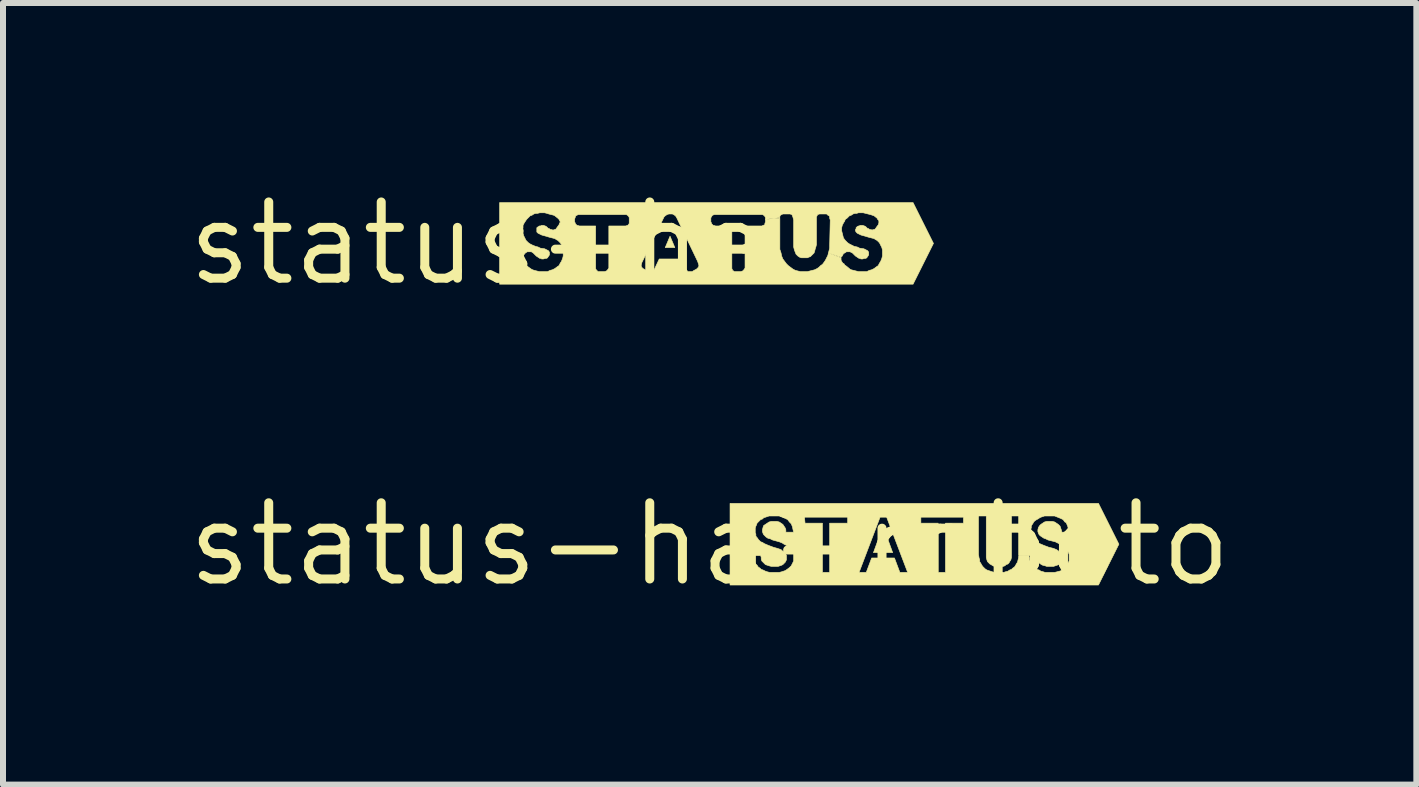
<source format=kicad_pcb>
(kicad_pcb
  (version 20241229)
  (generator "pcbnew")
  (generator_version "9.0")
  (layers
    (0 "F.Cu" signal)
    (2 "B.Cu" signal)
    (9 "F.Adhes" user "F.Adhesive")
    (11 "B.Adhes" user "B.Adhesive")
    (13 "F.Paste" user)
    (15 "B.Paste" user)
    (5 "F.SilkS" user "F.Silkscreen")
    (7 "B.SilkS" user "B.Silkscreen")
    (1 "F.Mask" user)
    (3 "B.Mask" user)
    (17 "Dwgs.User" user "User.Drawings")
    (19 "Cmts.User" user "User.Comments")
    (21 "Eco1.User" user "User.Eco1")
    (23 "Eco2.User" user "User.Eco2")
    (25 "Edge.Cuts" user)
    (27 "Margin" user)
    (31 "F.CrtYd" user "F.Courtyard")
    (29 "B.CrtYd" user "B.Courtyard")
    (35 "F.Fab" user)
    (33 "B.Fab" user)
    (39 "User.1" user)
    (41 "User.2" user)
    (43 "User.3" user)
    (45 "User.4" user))
  (footprint "status-ha-roboto"
    (layer "F.Cu")
    (at 8.776 6.019)
    (property "Reference" "status-ha-roboto" (at 0 0 0) (layer "F.SilkS") (effects (font (size 1.27 1.27) (thickness 0.15))))
    (attr board_only exclude_from_pos_files exclude_from_bom)
    (fp_poly (pts (xy 2.73 0.14) (xy 3.05 0.14) (xy 2.89 -0.3) (xy 2.73 0.14)) (stroke (width 0.01) (type solid)) (fill yes) (layer "F.SilkS"))
    (fp_poly (pts (xy 0.68 -0.68) (xy 0.34 -0.68) (xy 0.34 0.68) (xy 6.48 0.68) (xy 6.82 0) (xy 6.48 -0.68) (xy 0.68 -0.68) (xy 0.85 -0.41) (xy 0.88 -0.42) (xy 0.9 -0.44) (xy 0.93 -0.45) (xy 0.96 -0.46) (xy 0.99 -0.47) (xy 1.02 -0.47) (xy 1.06 -0.47) (xy 1.09 -0.47) (xy 1.13 -0.47) (xy 1.16 -0.47) (xy 1.21 -0.45) (xy 1.26 -0.43) (xy 1.3 -0.41) (xy 1.33 -0.37) (xy 1.34 -0.36) (xy 1.36 -0.34) (xy 1.38 -0.29) (xy 1.59 -0.35) (xy 1.58 -0.45) (xy 2.3 -0.45) (xy 2.3 -0.35) (xy 2 -0.35) (xy 2 0.47) (xy 2.49 0.47) (xy 2.84 -0.45) (xy 2.95 -0.45) (xy 3.3 0.47) (xy 3.81 0.47) (xy 3.81 -0.35) (xy 3.52 -0.35) (xy 3.52 -0.45) (xy 4.23 -0.45) (xy 4.49 -0.47) (xy 4.61 -0.47) (xy 4.61 0.17) (xy 4.61 0.22) (xy 4.62 0.26) (xy 4.63 0.29) (xy 4.65 0.31) (xy 4.67 0.33) (xy 4.69 0.34) (xy 4.72 0.36) (xy 4.75 0.37) (xy 4.78 0.37) (xy 4.82 0.37) (xy 4.85 0.37) (xy 4.89 0.37) (xy 4.92 0.36) (xy 4.94 0.34) (xy 4.97 0.33) (xy 4.99 0.31) (xy 5 0.29) (xy 5.02 0.26) (xy 5.03 0.22) (xy 5.03 0.17) (xy 5.03 -0.47) (xy 5.15 -0.47) (xy 5.15 0.18) (xy 5.33 0.19) (xy 5.45 0.19) (xy 5.45 0.22) (xy 5.45 0.25) (xy 5.47 0.28) (xy 5.48 0.3) (xy 5.5 0.32) (xy 5.53 0.34) (xy 5.55 0.35) (xy 5.59 0.36) (xy 5.62 0.37) (xy 5.66 0.37) (xy 5.7 0.37) (xy 5.73 0.37) (xy 5.76 0.36) (xy 5.79 0.35) (xy 5.82 0.34) (xy 5.84 0.32) (xy 5.85 0.3) (xy 5.86 0.28) (xy 5.87 0.26) (xy 5.87 0.24) (xy 5.87 0.21) (xy 5.87 0.19) (xy 5.86 0.16) (xy 5.85 0.14) (xy 5.84 0.13) (xy 5.82 0.12) (xy 5.81 0.11) (xy 5.78 0.09) (xy 5.73 0.07) (xy 5.65 0.05) (xy 5.57 0.02) (xy 5.5 -0.01) (xy 5.47 -0.03) (xy 5.45 -0.04) (xy 5.42 -0.06) (xy 5.41 -0.08) (xy 5.39 -0.1) (xy 5.38 -0.12) (xy 5.37 -0.14) (xy 5.36 -0.17) (xy 5.35 -0.19) (xy 5.35 -0.22) (xy 5.35 -0.25) (xy 5.36 -0.27) (xy 5.36 -0.3) (xy 5.37 -0.32) (xy 5.39 -0.35) (xy 5.4 -0.37) (xy 5.42 -0.39) (xy 5.45 -0.41) (xy 5.47 -0.42) (xy 5.5 -0.44) (xy 5.52 -0.45) (xy 5.55 -0.46) (xy 5.58 -0.47) (xy 5.62 -0.47) (xy 5.65 -0.47) (xy 5.69 -0.47) (xy 5.72 -0.47) (xy 5.75 -0.47) (xy 5.8 -0.45) (xy 5.85 -0.43) (xy 5.89 -0.41) (xy 5.92 -0.37) (xy 5.94 -0.36) (xy 5.95 -0.34) (xy 5.97 -0.29) (xy 5.98 -0.24) (xy 5.99 -0.2) (xy 5.87 -0.2) (xy 5.86 -0.24) (xy 5.85 -0.27) (xy 5.84 -0.3) (xy 5.81 -0.33) (xy 5.78 -0.35) (xy 5.75 -0.37) (xy 5.71 -0.38) (xy 5.67 -0.38) (xy 5.62 -0.38) (xy 5.58 -0.37) (xy 5.55 -0.35) (xy 5.52 -0.33) (xy 5.5 -0.31) (xy 5.48 -0.28) (xy 5.47 -0.24) (xy 5.47 -0.22) (xy 5.47 -0.21) (xy 5.48 -0.18) (xy 5.49 -0.16) (xy 5.51 -0.14) (xy 5.54 -0.12) (xy 5.57 -0.1) (xy 5.6 -0.09) (xy 5.64 -0.07) (xy 5.76 -0.04) (xy 5.8 -0.02) (xy 5.84 0) (xy 5.88 0.02) (xy 5.91 0.05) (xy 5.94 0.08) (xy 5.96 0.11) (xy 5.97 0.12) (xy 5.98 0.14) (xy 5.99 0.17) (xy 5.99 0.19) (xy 5.99 0.21) (xy 5.99 0.24) (xy 5.99 0.26) (xy 5.99 0.28) (xy 5.97 0.32) (xy 5.95 0.36) (xy 5.92 0.39) (xy 5.89 0.42) (xy 5.86 0.44) (xy 5.83 0.45) (xy 5.79 0.46) (xy 5.75 0.47) (xy 5.71 0.47) (xy 5.67 0.47) (xy 5.63 0.47) (xy 5.59 0.47) (xy 5.56 0.46) (xy 5.52 0.45) (xy 5.49 0.43) (xy 5.45 0.42) (xy 5.43 0.4) (xy 5.4 0.38) (xy 5.38 0.35) (xy 5.36 0.33) (xy 5.35 0.3) (xy 5.33 0.26) (xy 5.33 0.23) (xy 5.32 0.19) (xy 5.15 0.19) (xy 5.15 0.22) (xy 5.14 0.26) (xy 5.13 0.3) (xy 5.11 0.33) (xy 5.1 0.35) (xy 5.08 0.38) (xy 5.05 0.4) (xy 5.03 0.42) (xy 5 0.43) (xy 4.97 0.45) (xy 4.93 0.46) (xy 4.9 0.47) (xy 4.85 0.47) (xy 4.79 0.47) (xy 4.75 0.47) (xy 4.71 0.46) (xy 4.68 0.45) (xy 4.65 0.44) (xy 4.62 0.43) (xy 4.59 0.41) (xy 4.57 0.39) (xy 4.55 0.37) (xy 4.53 0.34) (xy 4.52 0.32) (xy 4.5 0.29) (xy 4.5 0.26) (xy 4.49 0.23) (xy 4.48 0.17) (xy 4.48 -0.47) (xy 4.23 -0.45) (xy 4.23 -0.35) (xy 3.93 -0.35) (xy 3.93 0.47) (xy 3.81 0.47) (xy 3.3 0.47) (xy 3.17 0.47) (xy 3.08 0.23) (xy 2.7 0.23) (xy 2.61 0.47) (xy 2.49 0.47) (xy 2 0.47) (xy 1.88 0.47) (xy 1.88 -0.35) (xy 1.59 -0.35) (xy 1.38 -0.29) (xy 1.39 -0.24) (xy 1.4 -0.2) (xy 1.27 -0.2) (xy 1.27 -0.24) (xy 1.26 -0.27) (xy 1.24 -0.3) (xy 1.22 -0.33) (xy 1.19 -0.35) (xy 1.16 -0.37) (xy 1.12 -0.38) (xy 1.08 -0.38) (xy 1.03 -0.38) (xy 0.99 -0.37) (xy 0.96 -0.35) (xy 0.93 -0.33) (xy 0.9 -0.31) (xy 0.89 -0.28) (xy 0.88 -0.24) (xy 0.88 -0.22) (xy 0.88 -0.21) (xy 0.89 -0.18) (xy 0.9 -0.16) (xy 0.92 -0.14) (xy 0.94 -0.12) (xy 0.97 -0.1) (xy 1.01 -0.09) (xy 1.05 -0.07) (xy 1.16 -0.04) (xy 1.21 -0.02) (xy 1.24 0) (xy 1.28 0.02) (xy 1.32 0.05) (xy 1.35 0.08) (xy 1.37 0.11) (xy 1.38 0.12) (xy 1.39 0.14) (xy 1.4 0.17) (xy 1.4 0.19) (xy 1.4 0.21) (xy 1.4 0.24) (xy 1.4 0.26) (xy 1.4 0.28) (xy 1.38 0.32) (xy 1.36 0.36) (xy 1.33 0.39) (xy 1.29 0.42) (xy 1.26 0.44) (xy 1.23 0.45) (xy 1.2 0.46) (xy 1.16 0.47) (xy 1.12 0.47) (xy 1.08 0.47) (xy 1.04 0.47) (xy 1 0.47) (xy 0.96 0.46) (xy 0.93 0.45) (xy 0.89 0.43) (xy 0.86 0.42) (xy 0.84 0.4) (xy 0.81 0.38) (xy 0.79 0.35) (xy 0.77 0.33) (xy 0.75 0.3) (xy 0.74 0.26) (xy 0.73 0.23) (xy 0.73 0.19) (xy 0.85 0.19) (xy 0.86 0.22) (xy 0.86 0.25) (xy 0.87 0.28) (xy 0.89 0.3) (xy 0.91 0.32) (xy 0.93 0.34) (xy 0.96 0.35) (xy 0.99 0.36) (xy 1.03 0.37) (xy 1.06 0.37) (xy 1.1 0.37) (xy 1.14 0.37) (xy 1.17 0.36) (xy 1.2 0.35) (xy 1.22 0.34) (xy 1.24 0.32) (xy 1.26 0.3) (xy 1.27 0.28) (xy 1.28 0.26) (xy 1.28 0.24) (xy 1.28 0.21) (xy 1.28 0.19) (xy 1.27 0.16) (xy 1.26 0.14) (xy 1.25 0.13) (xy 1.23 0.12) (xy 1.21 0.11) (xy 1.19 0.09) (xy 1.13 0.07) (xy 1.06 0.05) (xy 0.98 0.02) (xy 0.91 -0.01) (xy 0.88 -0.03) (xy 0.85 -0.04) (xy 0.83 -0.06) (xy 0.81 -0.08) (xy 0.8 -0.1) (xy 0.78 -0.12) (xy 0.77 -0.14) (xy 0.77 -0.17) (xy 0.76 -0.19) (xy 0.76 -0.22) (xy 0.76 -0.25) (xy 0.76 -0.27) (xy 0.77 -0.3) (xy 0.78 -0.32) (xy 0.79 -0.35) (xy 0.81 -0.37) (xy 0.83 -0.39) (xy 0.85 -0.41) (xy 0.68 -0.68)) (stroke (width 0.01) (type solid)) (fill yes) (layer "F.SilkS")))
  (footprint "status-ha"
    (layer "F.Cu")
    (at 4.936 1.006)
    (property "Reference" "status-ha" (at 0 0 0) (layer "F.SilkS") (effects (font (size 1.27 1.27) (thickness 0.15))))
    (attr board_only exclude_from_pos_files exclude_from_bom)
    (fp_poly (pts (xy 3.18 -0.12) (xy 3.1 0.07) (xy 3.26 0.07) (xy 3.18 -0.12)) (stroke (width 0.01) (type solid)) (fill yes) (layer "F.SilkS"))
    (fp_poly (pts (xy 0.68 -0.68) (xy 0.34 -0.68) (xy 0.34 0.68) (xy 7.23 0.68) (xy 7.57 0) (xy 7.23 -0.68) (xy 0.68 -0.68) (xy 0.83 -0.44) (xy 0.85 -0.46) (xy 0.88 -0.47) (xy 0.91 -0.49) (xy 0.94 -0.5) (xy 0.97 -0.5) (xy 1.01 -0.51) (xy 1.04 -0.51) (xy 1.09 -0.51) (xy 1.13 -0.5) (xy 1.16 -0.49) (xy 1.2 -0.48) (xy 1.24 -0.47) (xy 1.26 -0.46) (xy 1.31 -0.42) (xy 1.33 -0.4) (xy 1.34 -0.38) (xy 1.35 -0.36) (xy 1.59 -0.38) (xy 1.59 -0.41) (xy 1.6 -0.43) (xy 1.6 -0.44) (xy 1.61 -0.46) (xy 1.63 -0.47) (xy 1.65 -0.48) (xy 1.69 -0.48) (xy 2.42 -0.48) (xy 2.45 -0.48) (xy 2.47 -0.47) (xy 2.48 -0.46) (xy 2.49 -0.45) (xy 2.5 -0.43) (xy 2.5 -0.4) (xy 2.5 -0.36) (xy 2.5 -0.33) (xy 2.49 -0.32) (xy 2.49 -0.31) (xy 2.47 -0.3) (xy 2.44 -0.29) (xy 2.41 -0.29) (xy 2.16 -0.29) (xy 2.16 0.38) (xy 2.7 0.37) (xy 2.7 0.36) (xy 2.71 0.32) (xy 2.72 0.3) (xy 3.08 -0.44) (xy 3.1 -0.46) (xy 3.13 -0.48) (xy 3.16 -0.49) (xy 3.19 -0.49) (xy 3.22 -0.49) (xy 3.24 -0.48) (xy 3.27 -0.46) (xy 3.29 -0.43) (xy 3.64 0.3) (xy 3.65 0.33) (xy 3.66 0.36) (xy 4.21 0.41) (xy 4.21 -0.29) (xy 3.94 -0.29) (xy 3.91 -0.3) (xy 3.9 -0.3) (xy 3.89 -0.31) (xy 3.88 -0.32) (xy 3.87 -0.33) (xy 3.87 -0.34) (xy 3.86 -0.36) (xy 3.86 -0.38) (xy 3.86 -0.41) (xy 3.86 -0.43) (xy 3.87 -0.44) (xy 3.88 -0.46) (xy 3.89 -0.47) (xy 3.92 -0.48) (xy 3.96 -0.48) (xy 4.69 -0.48) (xy 4.72 -0.48) (xy 4.74 -0.47) (xy 4.75 -0.46) (xy 4.76 -0.45) (xy 4.77 -0.43) (xy 4.77 -0.4) (xy 5.01 -0.43) (xy 5.01 -0.44) (xy 5.01 -0.45) (xy 5.02 -0.47) (xy 5.04 -0.48) (xy 5.06 -0.49) (xy 5.1 -0.49) (xy 5.15 -0.49) (xy 5.18 -0.49) (xy 5.21 -0.48) (xy 5.22 -0.46) (xy 5.23 -0.43) (xy 5.24 -0.39) (xy 5.24 0.02) (xy 5.24 0.06) (xy 5.25 0.1) (xy 5.26 0.13) (xy 5.28 0.18) (xy 5.3 0.2) (xy 5.31 0.21) (xy 5.34 0.23) (xy 5.37 0.24) (xy 5.4 0.24) (xy 5.44 0.24) (xy 5.47 0.24) (xy 5.49 0.23) (xy 5.52 0.22) (xy 5.54 0.2) (xy 5.56 0.18) (xy 5.58 0.16) (xy 5.59 0.13) (xy 5.6 0.09) (xy 5.61 0.06) (xy 5.62 0.02) (xy 5.62 -0.4) (xy 5.62 -0.43) (xy 5.62 -0.44) (xy 5.64 -0.48) (xy 5.67 -0.49) (xy 5.7 -0.49) (xy 5.74 -0.49) (xy 5.77 -0.49) (xy 5.79 -0.49) (xy 5.81 -0.47) (xy 5.83 -0.46) (xy 5.84 -0.45) (xy 5.84 -0.42) (xy 5.85 -0.39) (xy 5.84 0.04) (xy 5.84 0.08) (xy 5.83 0.12) (xy 5.82 0.16) (xy 6.03 0.23) (xy 6.04 0.22) (xy 6.05 0.21) (xy 6.07 0.17) (xy 6.09 0.16) (xy 6.12 0.14) (xy 6.14 0.14) (xy 6.15 0.14) (xy 6.17 0.14) (xy 6.18 0.14) (xy 6.22 0.16) (xy 6.27 0.21) (xy 6.3 0.23) (xy 6.33 0.25) (xy 6.35 0.25) (xy 6.36 0.26) (xy 6.39 0.26) (xy 6.42 0.25) (xy 6.44 0.25) (xy 6.46 0.24) (xy 6.47 0.22) (xy 6.48 0.21) (xy 6.49 0.19) (xy 6.49 0.17) (xy 6.49 0.15) (xy 6.48 0.13) (xy 6.47 0.12) (xy 6.45 0.11) (xy 6.43 0.1) (xy 6.41 0.09) (xy 6.34 0.08) (xy 6.3 0.06) (xy 6.25 0.05) (xy 6.21 0.03) (xy 6.17 0.01) (xy 6.14 -0.01) (xy 6.12 -0.03) (xy 6.1 -0.05) (xy 6.07 -0.09) (xy 6.06 -0.13) (xy 6.05 -0.17) (xy 6.04 -0.21) (xy 6.04 -0.26) (xy 6.05 -0.3) (xy 6.07 -0.34) (xy 6.09 -0.37) (xy 6.1 -0.4) (xy 6.13 -0.42) (xy 6.15 -0.44) (xy 6.17 -0.46) (xy 6.2 -0.47) (xy 6.23 -0.49) (xy 6.26 -0.5) (xy 6.29 -0.5) (xy 6.32 -0.51) (xy 6.36 -0.51) (xy 6.4 -0.51) (xy 6.44 -0.5) (xy 6.48 -0.49) (xy 6.52 -0.48) (xy 6.55 -0.47) (xy 6.58 -0.46) (xy 6.63 -0.42) (xy 6.64 -0.4) (xy 6.66 -0.38) (xy 6.66 -0.36) (xy 6.66 -0.35) (xy 6.66 -0.34) (xy 6.65 -0.31) (xy 6.62 -0.27) (xy 6.6 -0.24) (xy 6.58 -0.23) (xy 6.56 -0.23) (xy 6.55 -0.22) (xy 6.53 -0.23) (xy 6.51 -0.23) (xy 6.48 -0.25) (xy 6.47 -0.25) (xy 6.44 -0.28) (xy 6.42 -0.29) (xy 6.39 -0.3) (xy 6.35 -0.3) (xy 6.33 -0.29) (xy 6.32 -0.29) (xy 6.3 -0.28) (xy 6.29 -0.27) (xy 6.28 -0.26) (xy 6.28 -0.24) (xy 6.27 -0.23) (xy 6.27 -0.21) (xy 6.28 -0.19) (xy 6.29 -0.18) (xy 6.3 -0.17) (xy 6.32 -0.16) (xy 6.36 -0.14) (xy 6.5 -0.1) (xy 6.54 -0.09) (xy 6.58 -0.08) (xy 6.61 -0.06) (xy 6.63 -0.05) (xy 6.65 -0.03) (xy 6.67 -0.01) (xy 6.69 0.03) (xy 6.71 0.07) (xy 6.72 0.11) (xy 6.72 0.16) (xy 6.72 0.21) (xy 6.71 0.25) (xy 6.69 0.3) (xy 6.67 0.33) (xy 6.65 0.37) (xy 6.62 0.39) (xy 6.58 0.42) (xy 6.54 0.44) (xy 6.5 0.45) (xy 6.46 0.47) (xy 6.41 0.47) (xy 6.37 0.47) (xy 6.32 0.47) (xy 6.28 0.46) (xy 6.24 0.45) (xy 6.2 0.44) (xy 6.18 0.43) (xy 6.12 0.38) (xy 6.09 0.36) (xy 6.08 0.34) (xy 6.06 0.33) (xy 6.04 0.3) (xy 6.03 0.28) (xy 6.03 0.25) (xy 6.03 0.24) (xy 5.82 0.16) (xy 5.81 0.2) (xy 5.79 0.24) (xy 5.77 0.28) (xy 5.75 0.31) (xy 5.72 0.35) (xy 5.69 0.37) (xy 5.66 0.4) (xy 5.63 0.42) (xy 5.59 0.44) (xy 5.55 0.45) (xy 5.51 0.46) (xy 5.47 0.47) (xy 5.43 0.47) (xy 5.39 0.47) (xy 5.35 0.47) (xy 5.31 0.46) (xy 5.27 0.45) (xy 5.23 0.43) (xy 5.19 0.4) (xy 5.15 0.37) (xy 5.12 0.34) (xy 5.09 0.3) (xy 5.06 0.26) (xy 5.04 0.21) (xy 5.03 0.16) (xy 5.02 0.13) (xy 5.01 0.1) (xy 5.01 0.03) (xy 5.01 -0.42) (xy 4.77 -0.4) (xy 4.77 -0.36) (xy 4.76 -0.33) (xy 4.76 -0.32) (xy 4.76 -0.31) (xy 4.73 -0.3) (xy 4.71 -0.29) (xy 4.68 -0.29) (xy 4.43 -0.29) (xy 4.43 0.38) (xy 4.43 0.41) (xy 4.41 0.44) (xy 4.4 0.45) (xy 4.39 0.46) (xy 4.36 0.47) (xy 4.33 0.47) (xy 4.29 0.47) (xy 4.25 0.47) (xy 4.24 0.46) (xy 4.22 0.45) (xy 4.22 0.44) (xy 4.21 0.42) (xy 4.21 0.41) (xy 3.66 0.36) (xy 3.66 0.38) (xy 3.65 0.4) (xy 3.64 0.41) (xy 3.62 0.43) (xy 3.6 0.44) (xy 3.58 0.45) (xy 3.55 0.47) (xy 3.53 0.47) (xy 3.51 0.47) (xy 3.5 0.47) (xy 3.48 0.47) (xy 3.47 0.46) (xy 3.46 0.45) (xy 3.45 0.44) (xy 3.43 0.4) (xy 3.36 0.26) (xy 3 0.26) (xy 2.92 0.43) (xy 2.91 0.44) (xy 2.89 0.46) (xy 2.87 0.47) (xy 2.86 0.47) (xy 2.85 0.47) (xy 2.84 0.47) (xy 2.8 0.46) (xy 2.75 0.43) (xy 2.73 0.42) (xy 2.72 0.41) (xy 2.71 0.4) (xy 2.7 0.38) (xy 2.7 0.37) (xy 2.16 0.38) (xy 2.16 0.41) (xy 2.14 0.44) (xy 2.13 0.45) (xy 2.12 0.46) (xy 2.09 0.47) (xy 2.06 0.47) (xy 2.02 0.47) (xy 1.98 0.47) (xy 1.97 0.46) (xy 1.96 0.45) (xy 1.95 0.44) (xy 1.94 0.42) (xy 1.94 0.41) (xy 1.94 -0.29) (xy 1.67 -0.29) (xy 1.64 -0.3) (xy 1.63 -0.3) (xy 1.62 -0.31) (xy 1.61 -0.32) (xy 1.6 -0.33) (xy 1.6 -0.34) (xy 1.59 -0.36) (xy 1.59 -0.38) (xy 1.35 -0.36) (xy 1.35 -0.35) (xy 1.34 -0.34) (xy 1.33 -0.31) (xy 1.3 -0.27) (xy 1.28 -0.24) (xy 1.26 -0.23) (xy 1.25 -0.23) (xy 1.23 -0.22) (xy 1.21 -0.23) (xy 1.19 -0.23) (xy 1.16 -0.25) (xy 1.15 -0.25) (xy 1.12 -0.28) (xy 1.1 -0.29) (xy 1.07 -0.3) (xy 1.04 -0.3) (xy 1.02 -0.29) (xy 1 -0.29) (xy 0.99 -0.28) (xy 0.97 -0.27) (xy 0.96 -0.26) (xy 0.96 -0.24) (xy 0.96 -0.23) (xy 0.96 -0.21) (xy 0.96 -0.19) (xy 0.97 -0.18) (xy 0.98 -0.17) (xy 1 -0.16) (xy 1.04 -0.14) (xy 1.18 -0.1) (xy 1.22 -0.09) (xy 1.26 -0.08) (xy 1.29 -0.06) (xy 1.31 -0.05) (xy 1.33 -0.03) (xy 1.35 -0.01) (xy 1.38 0.03) (xy 1.39 0.07) (xy 1.4 0.11) (xy 1.4 0.16) (xy 1.4 0.21) (xy 1.39 0.25) (xy 1.37 0.3) (xy 1.35 0.33) (xy 1.33 0.37) (xy 1.3 0.39) (xy 1.26 0.42) (xy 1.22 0.44) (xy 1.18 0.45) (xy 1.14 0.47) (xy 1.09 0.47) (xy 1.05 0.47) (xy 1 0.47) (xy 0.96 0.46) (xy 0.92 0.45) (xy 0.89 0.44) (xy 0.87 0.43) (xy 0.8 0.38) (xy 0.78 0.36) (xy 0.76 0.34) (xy 0.75 0.33) (xy 0.73 0.3) (xy 0.72 0.28) (xy 0.71 0.25) (xy 0.71 0.24) (xy 0.72 0.22) (xy 0.73 0.21) (xy 0.76 0.17) (xy 0.77 0.16) (xy 0.8 0.14) (xy 0.82 0.14) (xy 0.84 0.14) (xy 0.85 0.14) (xy 0.87 0.14) (xy 0.9 0.16) (xy 0.95 0.21) (xy 0.98 0.23) (xy 1.01 0.25) (xy 1.03 0.25) (xy 1.04 0.26) (xy 1.07 0.26) (xy 1.1 0.25) (xy 1.12 0.25) (xy 1.14 0.24) (xy 1.15 0.22) (xy 1.16 0.21) (xy 1.17 0.19) (xy 1.17 0.17) (xy 1.17 0.15) (xy 1.16 0.13) (xy 1.15 0.12) (xy 1.13 0.11) (xy 1.11 0.1) (xy 1.09 0.09) (xy 1.02 0.08) (xy 0.98 0.06) (xy 0.94 0.05) (xy 0.89 0.03) (xy 0.85 0.01) (xy 0.82 -0.01) (xy 0.8 -0.03) (xy 0.78 -0.05) (xy 0.76 -0.09) (xy 0.74 -0.13) (xy 0.73 -0.17) (xy 0.72 -0.21) (xy 0.73 -0.26) (xy 0.73 -0.3) (xy 0.75 -0.34) (xy 0.77 -0.37) (xy 0.79 -0.4) (xy 0.81 -0.42) (xy 0.83 -0.44) (xy 0.68 -0.68)) (stroke (width 0.01) (type solid)) (fill yes) (layer "F.SilkS")))
  (gr_rect
    (start -3 -3)
    (end 20.553 10.025)
    (stroke (width 0.1) (type default))
    (fill no)
    (layer "Edge.Cuts")))
</source>
